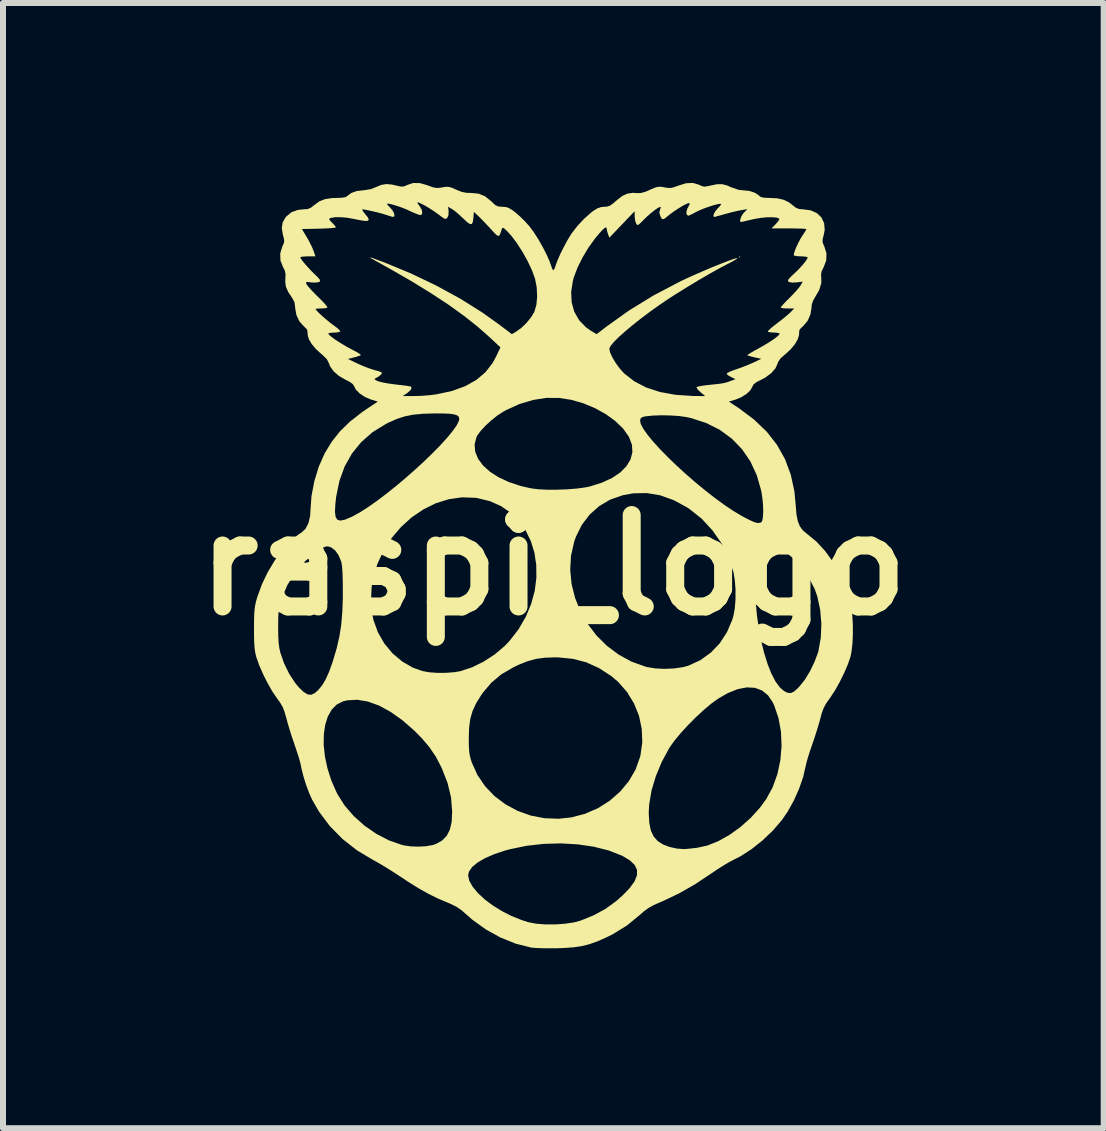
<source format=kicad_pcb>
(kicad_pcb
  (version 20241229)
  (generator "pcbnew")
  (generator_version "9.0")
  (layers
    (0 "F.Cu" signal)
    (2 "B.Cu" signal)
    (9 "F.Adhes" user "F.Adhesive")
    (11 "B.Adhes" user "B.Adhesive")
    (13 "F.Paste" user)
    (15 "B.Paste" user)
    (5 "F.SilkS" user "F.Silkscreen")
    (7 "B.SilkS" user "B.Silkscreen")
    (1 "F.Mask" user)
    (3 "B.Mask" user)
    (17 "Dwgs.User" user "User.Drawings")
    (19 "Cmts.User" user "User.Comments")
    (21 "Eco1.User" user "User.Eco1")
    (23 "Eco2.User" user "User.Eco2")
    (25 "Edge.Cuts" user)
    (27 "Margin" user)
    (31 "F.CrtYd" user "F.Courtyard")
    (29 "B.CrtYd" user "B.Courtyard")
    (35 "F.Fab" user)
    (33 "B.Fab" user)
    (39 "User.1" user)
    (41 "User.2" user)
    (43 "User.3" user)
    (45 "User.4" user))
  (footprint "raspi_logo"
    (layer "F.Cu")
    (at 6.176 6.372)
    (property "Reference" "raspi_logo" (at 0 0 0) (layer "F.SilkS") (effects (font (size 1.524 1.524) (thickness 0.3))))
    (attr board_only exclude_from_pos_files exclude_from_bom)
    (fp_poly (pts (xy 3.117 -5.137) (xy 3.106 -5.127) (xy 3.095 -5.137) (xy 3.106 -5.148)) (stroke (width 0) (type solid)) (fill yes) (layer "F.SilkS"))
    (fp_poly (pts (xy 2.428 -6.342) (xy 2.436 -6.338) (xy 2.484 -6.316) (xy 2.527 -6.31) (xy 2.584 -6.32) (xy 2.616 -6.327) (xy 2.726 -6.35) (xy 2.816 -6.351) (xy 2.9 -6.329) (xy 2.959 -6.302) (xy 3.085 -6.258) (xy 3.165 -6.249) (xy 3.271 -6.238) (xy 3.363 -6.207) (xy 3.428 -6.162) (xy 3.432 -6.157) (xy 3.463 -6.136) (xy 3.517 -6.125) (xy 3.602 -6.122) (xy 3.738 -6.115) (xy 3.844 -6.09) (xy 3.932 -6.046) (xy 3.985 -6.004) (xy 4.044 -5.958) (xy 4.098 -5.937) (xy 4.162 -5.932) (xy 4.291 -5.915) (xy 4.395 -5.868) (xy 4.471 -5.795) (xy 4.515 -5.7) (xy 4.524 -5.588) (xy 4.508 -5.503) (xy 4.491 -5.437) (xy 4.488 -5.392) (xy 4.501 -5.349) (xy 4.517 -5.315) (xy 4.554 -5.199) (xy 4.55 -5.08) (xy 4.506 -4.966) (xy 4.47 -4.891) (xy 4.463 -4.83) (xy 4.466 -4.811) (xy 4.468 -4.702) (xy 4.433 -4.587) (xy 4.377 -4.49) (xy 4.331 -4.41) (xy 4.308 -4.342) (xy 4.304 -4.287) (xy 4.286 -4.177) (xy 4.239 -4.072) (xy 4.169 -3.989) (xy 4.162 -3.983) (xy 4.122 -3.945) (xy 4.101 -3.915) (xy 4.101 -3.912) (xy 4.098 -3.873) (xy 4.095 -3.833) (xy 4.075 -3.765) (xy 4.028 -3.684) (xy 3.96 -3.601) (xy 3.879 -3.526) (xy 3.862 -3.512) (xy 3.787 -3.446) (xy 3.747 -3.386) (xy 3.742 -3.368) (xy 3.704 -3.282) (xy 3.631 -3.199) (xy 3.531 -3.125) (xy 3.464 -3.09) (xy 3.384 -3.049) (xy 3.338 -3.012) (xy 3.321 -2.98) (xy 3.287 -2.918) (xy 3.222 -2.855) (xy 3.135 -2.8) (xy 3.044 -2.762) (xy 2.927 -2.726) (xy 3.102 -2.61) (xy 3.349 -2.425) (xy 3.558 -2.224) (xy 3.729 -2.005) (xy 3.862 -1.768) (xy 3.958 -1.51) (xy 4.019 -1.231) (xy 4.041 -0.996) (xy 4.053 -0.849) (xy 4.075 -0.736) (xy 4.109 -0.649) (xy 4.159 -0.58) (xy 4.23 -0.52) (xy 4.242 -0.511) (xy 4.389 -0.39) (xy 4.532 -0.234) (xy 4.664 -0.052) (xy 4.78 0.149) (xy 4.877 0.361) (xy 4.944 0.561) (xy 4.968 0.681) (xy 4.984 0.827) (xy 4.993 0.989) (xy 4.994 1.153) (xy 4.987 1.309) (xy 4.971 1.444) (xy 4.955 1.525) (xy 4.912 1.651) (xy 4.85 1.796) (xy 4.776 1.946) (xy 4.697 2.088) (xy 4.619 2.206) (xy 4.605 2.226) (xy 4.547 2.308) (xy 4.506 2.385) (xy 4.474 2.472) (xy 4.453 2.552) (xy 4.426 2.65) (xy 4.389 2.771) (xy 4.348 2.899) (xy 4.314 2.996) (xy 4.278 3.103) (xy 4.245 3.205) (xy 4.221 3.29) (xy 4.208 3.347) (xy 4.166 3.53) (xy 4.098 3.727) (xy 4.01 3.925) (xy 3.907 4.11) (xy 3.809 4.253) (xy 3.66 4.426) (xy 3.489 4.589) (xy 3.306 4.735) (xy 3.122 4.854) (xy 3.002 4.915) (xy 2.935 4.95) (xy 2.844 5.004) (xy 2.742 5.068) (xy 2.64 5.137) (xy 2.628 5.145) (xy 2.358 5.324) (xy 2.099 5.472) (xy 1.84 5.596) (xy 1.792 5.616) (xy 1.675 5.668) (xy 1.585 5.718) (xy 1.507 5.775) (xy 1.447 5.828) (xy 1.228 6.008) (xy 0.988 6.156) (xy 0.882 6.208) (xy 0.736 6.273) (xy 0.604 6.32) (xy 0.475 6.352) (xy 0.336 6.373) (xy 0.175 6.384) (xy 0.064 6.388) (xy -0.061 6.389) (xy -0.18 6.388) (xy -0.282 6.384) (xy -0.358 6.378) (xy -0.378 6.375) (xy -0.63 6.311) (xy -0.882 6.209) (xy -1.125 6.075) (xy -1.35 5.913) (xy -1.45 5.825) (xy -1.538 5.749) (xy -1.624 5.692) (xy -1.727 5.642) (xy -1.773 5.623) (xy -1.935 5.554) (xy -2.09 5.477) (xy -2.248 5.388) (xy -2.421 5.28) (xy -2.551 5.194) (xy -2.584 5.172) (xy -1.421 5.172) (xy -1.401 5.264) (xy -1.345 5.363) (xy -1.259 5.467) (xy -1.146 5.572) (xy -1.012 5.673) (xy -0.861 5.767) (xy -0.699 5.85) (xy -0.529 5.918) (xy -0.413 5.955) (xy -0.283 5.979) (xy -0.127 5.991) (xy 0.04 5.991) (xy 0.205 5.978) (xy 0.354 5.955) (xy 0.456 5.927) (xy 0.678 5.836) (xy 0.872 5.73) (xy 1.048 5.602) (xy 1.153 5.509) (xy 1.274 5.384) (xy 1.354 5.273) (xy 1.394 5.172) (xy 1.395 5.082) (xy 1.356 4.999) (xy 1.276 4.923) (xy 1.157 4.851) (xy 1.138 4.842) (xy 0.92 4.757) (xy 0.673 4.695) (xy 0.406 4.656) (xy 0.125 4.64) (xy -0.161 4.648) (xy -0.446 4.68) (xy -0.722 4.737) (xy -0.802 4.758) (xy -0.985 4.819) (xy -1.14 4.887) (xy -1.264 4.959) (xy -1.354 5.034) (xy -1.407 5.111) (xy -1.421 5.172) (xy -2.584 5.172) (xy -2.664 5.12) (xy -2.783 5.045) (xy -2.896 4.977) (xy -2.99 4.924) (xy -3.008 4.915) (xy -3.275 4.755) (xy -3.517 4.565) (xy -3.729 4.349) (xy -3.908 4.109) (xy -4.023 3.909) (xy -4.072 3.799) (xy -4.121 3.668) (xy -4.164 3.532) (xy -4.196 3.408) (xy -4.208 3.347) (xy -4.221 3.29) (xy -4.245 3.204) (xy -4.278 3.103) (xy -4.313 2.999) (xy -3.829 2.999) (xy -3.809 3.187) (xy -3.768 3.382) (xy -3.705 3.582) (xy -3.619 3.78) (xy -3.599 3.82) (xy -3.481 4.007) (xy -3.329 4.183) (xy -3.15 4.343) (xy -2.952 4.48) (xy -2.743 4.589) (xy -2.531 4.663) (xy -2.493 4.673) (xy -2.378 4.69) (xy -2.249 4.694) (xy -2.123 4.687) (xy -2.013 4.668) (xy -1.961 4.651) (xy -1.855 4.593) (xy -1.778 4.514) (xy -1.725 4.41) (xy -1.695 4.278) (xy -1.687 4.111) (xy -1.687 4.11) (xy -1.706 3.872) (xy -1.764 3.632) (xy -1.861 3.384) (xy -1.867 3.372) (xy -1.959 3.195) (xy -2.066 3.037) (xy -2.196 2.883) (xy -2.198 2.881) (xy -1.41 2.881) (xy -1.409 3.003) (xy -1.404 3.095) (xy -1.394 3.169) (xy -1.377 3.237) (xy -1.36 3.29) (xy -1.266 3.499) (xy -1.139 3.686) (xy -0.982 3.85) (xy -0.801 3.987) (xy -0.599 4.096) (xy -0.38 4.175) (xy -0.15 4.22) (xy 0.088 4.229) (xy 0.298 4.207) (xy 0.53 4.146) (xy 0.571 4.128) (xy 1.59 4.128) (xy 1.599 4.293) (xy 1.625 4.423) (xy 1.672 4.524) (xy 1.741 4.602) (xy 1.829 4.658) (xy 1.937 4.699) (xy 2.059 4.726) (xy 2.175 4.735) (xy 2.216 4.733) (xy 2.274 4.727) (xy 2.352 4.718) (xy 2.393 4.714) (xy 2.567 4.676) (xy 2.75 4.603) (xy 2.936 4.499) (xy 3.117 4.369) (xy 3.288 4.217) (xy 3.442 4.048) (xy 3.55 3.9) (xy 3.657 3.704) (xy 3.735 3.486) (xy 3.785 3.253) (xy 3.805 3.015) (xy 3.795 2.778) (xy 3.754 2.551) (xy 3.683 2.342) (xy 3.657 2.286) (xy 3.578 2.17) (xy 3.478 2.09) (xy 3.36 2.046) (xy 3.224 2.039) (xy 3.074 2.068) (xy 2.909 2.134) (xy 2.746 2.228) (xy 2.633 2.31) (xy 2.506 2.417) (xy 2.373 2.54) (xy 2.242 2.672) (xy 2.121 2.804) (xy 2.018 2.929) (xy 1.94 3.038) (xy 1.933 3.049) (xy 1.807 3.282) (xy 1.708 3.521) (xy 1.637 3.759) (xy 1.598 3.988) (xy 1.59 4.128) (xy 0.571 4.128) (xy 0.746 4.052) (xy 0.942 3.927) (xy 1.114 3.776) (xy 1.258 3.603) (xy 1.37 3.41) (xy 1.445 3.201) (xy 1.452 3.175) (xy 1.483 2.953) (xy 1.474 2.731) (xy 1.428 2.513) (xy 1.345 2.307) (xy 1.229 2.116) (xy 1.081 1.948) (xy 0.969 1.852) (xy 0.761 1.717) (xy 0.549 1.621) (xy 0.326 1.563) (xy 0.083 1.539) (xy 0.032 1.538) (xy -0.14 1.544) (xy -0.289 1.564) (xy -0.431 1.603) (xy -0.581 1.663) (xy -0.668 1.705) (xy -0.868 1.822) (xy -1.035 1.962) (xy -1.178 2.131) (xy -1.205 2.171) (xy -1.289 2.307) (xy -1.347 2.433) (xy -1.385 2.563) (xy -1.404 2.709) (xy -1.41 2.881) (xy -2.198 2.881) (xy -2.314 2.763) (xy -2.516 2.587) (xy -2.715 2.446) (xy -2.908 2.341) (xy -3.095 2.274) (xy -3.272 2.245) (xy -3.439 2.255) (xy -3.505 2.271) (xy -3.61 2.324) (xy -3.695 2.409) (xy -3.76 2.524) (xy -3.804 2.663) (xy -3.827 2.823) (xy -3.829 2.999) (xy -4.313 2.999) (xy -4.314 2.996) (xy -4.355 2.876) (xy -4.396 2.748) (xy -4.431 2.629) (xy -4.452 2.551) (xy -4.482 2.446) (xy -4.513 2.366) (xy -4.556 2.292) (xy -4.605 2.224) (xy -4.682 2.112) (xy -4.761 1.974) (xy -4.837 1.824) (xy -4.902 1.676) (xy -4.949 1.544) (xy -4.955 1.525) (xy -4.971 1.456) (xy -4.982 1.377) (xy -4.988 1.281) (xy -4.991 1.158) (xy -4.991 1.049) (xy -4.991 1.027) (xy -4.588 1.027) (xy -4.587 1.174) (xy -4.581 1.288) (xy -4.569 1.381) (xy -4.552 1.461) (xy -4.551 1.462) (xy -4.489 1.639) (xy -4.405 1.811) (xy -4.306 1.963) (xy -4.245 2.037) (xy -4.164 2.115) (xy -4.097 2.156) (xy -4.037 2.162) (xy -3.976 2.133) (xy -3.918 2.081) (xy -3.854 2.003) (xy -3.796 1.905) (xy -3.74 1.781) (xy -3.684 1.624) (xy -3.671 1.584) (xy -3.611 1.382) (xy -3.567 1.189) (xy -3.537 0.995) (xy -3.519 0.787) (xy -3.51 0.554) (xy -3.51 0.522) (xy -3.037 0.522) (xy -3.033 0.676) (xy -3.019 0.819) (xy -3.001 0.911) (xy -2.926 1.118) (xy -2.819 1.306) (xy -2.683 1.47) (xy -2.522 1.606) (xy -2.342 1.71) (xy -2.181 1.767) (xy -2.07 1.787) (xy -1.933 1.797) (xy -1.787 1.796) (xy -1.647 1.785) (xy -1.548 1.768) (xy -1.357 1.705) (xy -1.163 1.61) (xy -0.977 1.489) (xy -0.811 1.348) (xy -0.733 1.267) (xy -0.579 1.068) (xy -0.458 0.859) (xy -0.369 0.644) (xy -0.31 0.427) (xy -0.283 0.211) (xy -0.284 0.079) (xy 0.281 0.079) (xy 0.304 0.315) (xy 0.362 0.547) (xy 0.452 0.77) (xy 0.572 0.98) (xy 0.719 1.173) (xy 0.892 1.345) (xy 1.087 1.491) (xy 1.302 1.609) (xy 1.536 1.693) (xy 1.558 1.699) (xy 1.696 1.722) (xy 1.852 1.73) (xy 2.012 1.723) (xy 2.159 1.702) (xy 2.252 1.677) (xy 2.451 1.585) (xy 2.626 1.459) (xy 2.775 1.303) (xy 2.895 1.118) (xy 2.984 0.91) (xy 3.002 0.847) (xy 3.025 0.723) (xy 3.037 0.573) (xy 3.037 0.44) (xy 3.366 0.44) (xy 3.376 0.643) (xy 3.396 0.852) (xy 3.427 1.063) (xy 3.466 1.269) (xy 3.515 1.465) (xy 3.571 1.646) (xy 3.634 1.806) (xy 3.703 1.939) (xy 3.778 2.041) (xy 3.847 2.1) (xy 3.906 2.129) (xy 3.957 2.134) (xy 4.008 2.112) (xy 4.069 2.059) (xy 4.106 2.02) (xy 4.195 1.908) (xy 4.28 1.768) (xy 4.354 1.615) (xy 4.41 1.465) (xy 4.42 1.43) (xy 4.459 1.211) (xy 4.469 0.979) (xy 4.449 0.745) (xy 4.401 0.523) (xy 4.358 0.4) (xy 4.262 0.214) (xy 4.134 0.034) (xy 3.981 -0.129) (xy 3.813 -0.263) (xy 3.812 -0.264) (xy 3.71 -0.32) (xy 3.625 -0.339) (xy 3.554 -0.321) (xy 3.509 -0.284) (xy 3.453 -0.196) (xy 3.411 -0.074) (xy 3.383 0.076) (xy 3.368 0.249) (xy 3.366 0.44) (xy 3.037 0.44) (xy 3.038 0.412) (xy 3.026 0.257) (xy 3.004 0.122) (xy 3.003 0.119) (xy 2.922 -0.128) (xy 2.804 -0.363) (xy 2.652 -0.58) (xy 2.473 -0.774) (xy 2.269 -0.936) (xy 2.234 -0.96) (xy 2.01 -1.082) (xy 1.784 -1.163) (xy 1.558 -1.201) (xy 1.332 -1.197) (xy 1.157 -1.165) (xy 0.948 -1.092) (xy 0.764 -0.983) (xy 0.606 -0.843) (xy 0.476 -0.673) (xy 0.377 -0.474) (xy 0.348 -0.392) (xy 0.295 -0.158) (xy 0.281 0.079) (xy -0.284 0.079) (xy -0.285 -0.001) (xy -0.315 -0.204) (xy -0.374 -0.397) (xy -0.46 -0.574) (xy -0.571 -0.733) (xy -0.709 -0.871) (xy -0.871 -0.983) (xy -1.057 -1.066) (xy -1.266 -1.117) (xy -1.301 -1.122) (xy -1.524 -1.13) (xy -1.746 -1.098) (xy -1.962 -1.03) (xy -2.168 -0.928) (xy -2.362 -0.796) (xy -2.539 -0.636) (xy -2.696 -0.452) (xy -2.828 -0.247) (xy -2.933 -0.022) (xy -3.006 0.217) (xy -3.012 0.244) (xy -3.03 0.372) (xy -3.037 0.522) (xy -3.51 0.522) (xy -3.51 0.455) (xy -3.511 0.268) (xy -3.516 0.12) (xy -3.524 0.013) (xy -3.535 -0.053) (xy -3.535 -0.055) (xy -3.582 -0.166) (xy -3.642 -0.25) (xy -3.712 -0.299) (xy -3.727 -0.304) (xy -3.765 -0.312) (xy -3.8 -0.308) (xy -3.843 -0.289) (xy -3.904 -0.25) (xy -3.945 -0.223) (xy -4.138 -0.066) (xy -4.302 0.121) (xy -4.435 0.333) (xy -4.531 0.561) (xy -4.554 0.636) (xy -4.57 0.702) (xy -4.58 0.772) (xy -4.586 0.855) (xy -4.588 0.965) (xy -4.588 1.027) (xy -4.991 1.027) (xy -4.99 0.916) (xy -4.987 0.815) (xy -4.981 0.735) (xy -4.971 0.667) (xy -4.956 0.6) (xy -4.934 0.524) (xy -4.932 0.52) (xy -4.858 0.317) (xy -4.762 0.118) (xy -4.649 -0.071) (xy -4.525 -0.242) (xy -4.393 -0.388) (xy -4.26 -0.503) (xy -4.198 -0.544) (xy -4.131 -0.606) (xy -4.083 -0.701) (xy -4.055 -0.821) (xy -4.051 -0.89) (xy -3.641 -0.89) (xy -3.631 -0.806) (xy -3.602 -0.757) (xy -3.552 -0.742) (xy -3.475 -0.757) (xy -3.37 -0.802) (xy -3.341 -0.816) (xy -3.219 -0.883) (xy -3.082 -0.971) (xy -2.934 -1.076) (xy -2.777 -1.195) (xy -2.616 -1.324) (xy -2.455 -1.46) (xy -2.296 -1.6) (xy -2.144 -1.74) (xy -2.003 -1.877) (xy -1.875 -2.008) (xy -1.874 -2.01) (xy -1.313 -2.01) (xy -1.303 -1.89) (xy -1.255 -1.773) (xy -1.173 -1.662) (xy -1.058 -1.558) (xy -0.914 -1.465) (xy -0.742 -1.385) (xy -0.545 -1.319) (xy -0.374 -1.28) (xy -0.256 -1.265) (xy -0.107 -1.257) (xy 0.058 -1.257) (xy 0.227 -1.263) (xy 0.389 -1.276) (xy 0.53 -1.295) (xy 0.609 -1.311) (xy 0.808 -1.374) (xy 0.978 -1.452) (xy 1.115 -1.544) (xy 1.218 -1.648) (xy 1.287 -1.762) (xy 1.318 -1.882) (xy 1.31 -2.008) (xy 1.261 -2.136) (xy 1.26 -2.139) (xy 1.165 -2.274) (xy 1.035 -2.4) (xy 1.017 -2.414) (xy 1.446 -2.414) (xy 1.457 -2.354) (xy 1.499 -2.274) (xy 1.569 -2.175) (xy 1.662 -2.061) (xy 1.776 -1.936) (xy 1.907 -1.802) (xy 2.051 -1.663) (xy 2.205 -1.522) (xy 2.366 -1.382) (xy 2.53 -1.247) (xy 2.692 -1.12) (xy 2.851 -1.004) (xy 3.002 -0.903) (xy 3.143 -0.819) (xy 3.196 -0.79) (xy 3.288 -0.744) (xy 3.352 -0.716) (xy 3.397 -0.703) (xy 3.433 -0.703) (xy 3.465 -0.712) (xy 3.483 -0.74) (xy 3.494 -0.801) (xy 3.499 -0.887) (xy 3.497 -0.99) (xy 3.487 -1.101) (xy 3.471 -1.212) (xy 3.465 -1.244) (xy 3.392 -1.498) (xy 3.286 -1.727) (xy 3.147 -1.931) (xy 2.977 -2.107) (xy 2.779 -2.253) (xy 2.554 -2.367) (xy 2.304 -2.449) (xy 2.208 -2.47) (xy 2.093 -2.486) (xy 1.951 -2.495) (xy 1.802 -2.498) (xy 1.66 -2.493) (xy 1.548 -2.482) (xy 1.488 -2.47) (xy 1.458 -2.451) (xy 1.447 -2.418) (xy 1.446 -2.414) (xy 1.017 -2.414) (xy 0.876 -2.516) (xy 0.696 -2.616) (xy 0.5 -2.698) (xy 0.297 -2.756) (xy 0.098 -2.787) (xy -0.116 -2.788) (xy -0.34 -2.753) (xy -0.566 -2.685) (xy -0.785 -2.586) (xy -0.837 -2.557) (xy -0.936 -2.492) (xy -1.036 -2.412) (xy -1.131 -2.325) (xy -1.211 -2.239) (xy -1.267 -2.163) (xy -1.283 -2.131) (xy -1.313 -2.01) (xy -1.874 -2.01) (xy -1.765 -2.13) (xy -1.676 -2.239) (xy -1.611 -2.331) (xy -1.575 -2.404) (xy -1.569 -2.438) (xy -1.576 -2.471) (xy -1.601 -2.495) (xy -1.649 -2.512) (xy -1.724 -2.523) (xy -1.832 -2.528) (xy -1.977 -2.529) (xy -1.982 -2.529) (xy -2.174 -2.523) (xy -2.336 -2.508) (xy -2.478 -2.48) (xy -2.612 -2.436) (xy -2.749 -2.375) (xy -2.794 -2.352) (xy -3.015 -2.216) (xy -3.202 -2.052) (xy -3.357 -1.862) (xy -3.479 -1.646) (xy -3.567 -1.403) (xy -3.622 -1.135) (xy -3.635 -1.013) (xy -3.641 -0.89) (xy -4.051 -0.89) (xy -4.05 -0.909) (xy -4.033 -1.148) (xy -3.986 -1.396) (xy -3.913 -1.637) (xy -3.816 -1.856) (xy -3.813 -1.863) (xy -3.695 -2.057) (xy -3.556 -2.232) (xy -3.389 -2.394) (xy -3.188 -2.551) (xy -3.102 -2.61) (xy -2.927 -2.726) (xy -3.044 -2.762) (xy -3.142 -2.804) (xy -3.227 -2.86) (xy -3.291 -2.923) (xy -3.321 -2.98) (xy -3.343 -3.017) (xy -3.393 -3.054) (xy -3.464 -3.09) (xy -3.575 -3.154) (xy -3.664 -3.232) (xy -3.724 -3.316) (xy -3.742 -3.366) (xy -3.775 -3.431) (xy -3.85 -3.505) (xy -3.866 -3.518) (xy -3.956 -3.6) (xy -4.029 -3.686) (xy -4.077 -3.768) (xy -4.095 -3.832) (xy -4.099 -3.884) (xy -4.101 -3.912) (xy -4.118 -3.941) (xy -4.156 -3.978) (xy -4.162 -3.983) (xy -4.234 -4.064) (xy -4.284 -4.169) (xy -4.304 -4.283) (xy -4.304 -4.29) (xy -4.316 -4.383) (xy -4.355 -4.455) (xy -4.42 -4.553) (xy -4.458 -4.638) (xy -4.47 -4.72) (xy -4.468 -4.776) (xy -4.465 -4.853) (xy -4.478 -4.913) (xy -4.507 -4.968) (xy -4.55 -5.078) (xy -4.552 -5.132) (xy -4.219 -5.132) (xy -4.205 -5.103) (xy -4.167 -5.052) (xy -4.112 -4.988) (xy -4.048 -4.918) (xy -3.98 -4.85) (xy -3.975 -4.846) (xy -3.92 -4.791) (xy -3.893 -4.757) (xy -3.89 -4.735) (xy -3.901 -4.723) (xy -3.942 -4.712) (xy -4.007 -4.711) (xy -4.035 -4.714) (xy -4.095 -4.72) (xy -4.122 -4.717) (xy -4.123 -4.701) (xy -4.112 -4.677) (xy -4.086 -4.643) (xy -4.037 -4.588) (xy -3.973 -4.521) (xy -3.919 -4.468) (xy -3.853 -4.402) (xy -3.802 -4.347) (xy -3.772 -4.308) (xy -3.767 -4.293) (xy -3.795 -4.285) (xy -3.849 -4.28) (xy -3.873 -4.279) (xy -3.929 -4.277) (xy -3.961 -4.271) (xy -3.965 -4.268) (xy -3.949 -4.246) (xy -3.909 -4.204) (xy -3.851 -4.151) (xy -3.784 -4.093) (xy -3.716 -4.037) (xy -3.654 -3.991) (xy -3.653 -3.99) (xy -3.597 -3.948) (xy -3.562 -3.913) (xy -3.553 -3.895) (xy -3.579 -3.884) (xy -3.632 -3.877) (xy -3.659 -3.877) (xy -3.715 -3.873) (xy -3.749 -3.864) (xy -3.753 -3.859) (xy -3.735 -3.835) (xy -3.688 -3.797) (xy -3.62 -3.748) (xy -3.536 -3.695) (xy -3.447 -3.642) (xy -3.358 -3.595) (xy -3.353 -3.592) (xy -3.283 -3.555) (xy -3.233 -3.524) (xy -3.21 -3.505) (xy -3.21 -3.501) (xy -3.236 -3.489) (xy -3.289 -3.472) (xy -3.323 -3.463) (xy -3.424 -3.437) (xy -3.271 -3.363) (xy -3.174 -3.32) (xy -3.068 -3.279) (xy -2.979 -3.251) (xy -2.906 -3.231) (xy -2.868 -3.216) (xy -2.858 -3.201) (xy -2.869 -3.182) (xy -2.875 -3.175) (xy -2.92 -3.139) (xy -2.952 -3.123) (xy -2.98 -3.106) (xy -2.969 -3.087) (xy -2.924 -3.066) (xy -2.848 -3.046) (xy -2.745 -3.027) (xy -2.619 -3.01) (xy -2.6 -3.008) (xy -2.51 -2.998) (xy -2.435 -2.988) (xy -2.385 -2.979) (xy -2.372 -2.975) (xy -2.364 -2.95) (xy -2.387 -2.911) (xy -2.438 -2.867) (xy -2.45 -2.859) (xy -2.512 -2.818) (xy -2.322 -2.818) (xy -2.204 -2.822) (xy -2.072 -2.832) (xy -1.951 -2.847) (xy -1.94 -2.849) (xy -1.687 -2.904) (xy -1.468 -2.984) (xy -1.283 -3.088) (xy -1.131 -3.217) (xy -1.012 -3.371) (xy -0.96 -3.467) (xy -0.882 -3.63) (xy -1.061 -3.798) (xy -1.263 -3.976) (xy -1.49 -4.156) (xy -1.747 -4.341) (xy -2.036 -4.531) (xy -2.359 -4.73) (xy -2.719 -4.937) (xy -2.905 -5.041) (xy -2.986 -5.086) (xy -3.038 -5.115) (xy -3.058 -5.13) (xy -3.044 -5.129) (xy -2.996 -5.113) (xy -2.911 -5.081) (xy -2.809 -5.043) (xy -2.374 -4.863) (xy -1.952 -4.661) (xy -1.551 -4.442) (xy -1.179 -4.208) (xy -0.927 -4.028) (xy -0.692 -3.851) (xy -0.627 -3.888) (xy -0.536 -3.953) (xy -0.446 -4.04) (xy -0.368 -4.136) (xy -0.316 -4.224) (xy -0.283 -4.34) (xy -0.27 -4.479) (xy -0.274 -4.558) (xy 0.297 -4.558) (xy 0.305 -4.383) (xy 0.349 -4.224) (xy 0.429 -4.084) (xy 0.543 -3.966) (xy 0.631 -3.904) (xy 0.722 -3.851) (xy 0.886 -3.977) (xy 1.263 -4.246) (xy 1.672 -4.497) (xy 2.107 -4.725) (xy 2.149 -4.746) (xy 2.263 -4.799) (xy 2.387 -4.854) (xy 2.517 -4.91) (xy 2.645 -4.965) (xy 2.767 -5.014) (xy 2.876 -5.057) (xy 2.966 -5.09) (xy 3.031 -5.112) (xy 3.065 -5.12) (xy 3.068 -5.119) (xy 3.056 -5.105) (xy 3.013 -5.078) (xy 2.95 -5.043) (xy 2.93 -5.033) (xy 2.78 -4.955) (xy 2.606 -4.858) (xy 2.419 -4.749) (xy 2.227 -4.633) (xy 2.042 -4.518) (xy 1.916 -4.437) (xy 1.757 -4.329) (xy 1.601 -4.217) (xy 1.452 -4.105) (xy 1.315 -3.996) (xy 1.193 -3.893) (xy 1.089 -3.8) (xy 1.009 -3.72) (xy 0.956 -3.656) (xy 0.933 -3.612) (xy 0.933 -3.607) (xy 0.947 -3.544) (xy 0.985 -3.461) (xy 1.04 -3.369) (xy 1.107 -3.278) (xy 1.178 -3.199) (xy 1.183 -3.194) (xy 1.35 -3.064) (xy 1.549 -2.961) (xy 1.778 -2.886) (xy 2.038 -2.839) (xy 2.326 -2.82) (xy 2.332 -2.82) (xy 2.533 -2.818) (xy 2.452 -2.884) (xy 2.408 -2.927) (xy 2.388 -2.959) (xy 2.39 -2.969) (xy 2.418 -2.978) (xy 2.478 -2.99) (xy 2.561 -3.001) (xy 2.621 -3.007) (xy 2.725 -3.018) (xy 2.799 -3.027) (xy 2.857 -3.038) (xy 2.909 -3.053) (xy 2.969 -3.075) (xy 2.976 -3.077) (xy 3.037 -3.1) (xy 2.967 -3.134) (xy 2.919 -3.161) (xy 2.891 -3.186) (xy 2.89 -3.189) (xy 2.905 -3.206) (xy 2.952 -3.229) (xy 3.021 -3.255) (xy 3.037 -3.26) (xy 3.139 -3.296) (xy 3.248 -3.339) (xy 3.329 -3.374) (xy 3.467 -3.439) (xy 3.355 -3.464) (xy 3.291 -3.48) (xy 3.246 -3.493) (xy 3.234 -3.498) (xy 3.247 -3.511) (xy 3.291 -3.539) (xy 3.356 -3.577) (xy 3.399 -3.6) (xy 3.504 -3.659) (xy 3.601 -3.718) (xy 3.682 -3.772) (xy 3.741 -3.818) (xy 3.771 -3.85) (xy 3.774 -3.857) (xy 3.755 -3.869) (xy 3.707 -3.876) (xy 3.68 -3.877) (xy 3.621 -3.88) (xy 3.582 -3.889) (xy 3.575 -3.893) (xy 3.587 -3.912) (xy 3.626 -3.949) (xy 3.686 -3.998) (xy 3.729 -4.031) (xy 3.809 -4.092) (xy 3.883 -4.152) (xy 3.939 -4.201) (xy 3.955 -4.216) (xy 4.015 -4.279) (xy 3.909 -4.279) (xy 3.845 -4.281) (xy 3.802 -4.287) (xy 3.791 -4.29) (xy 3.8 -4.309) (xy 3.835 -4.35) (xy 3.888 -4.406) (xy 3.931 -4.448) (xy 4 -4.519) (xy 4.062 -4.586) (xy 4.107 -4.641) (xy 4.12 -4.66) (xy 4.159 -4.726) (xy 4.057 -4.714) (xy 3.985 -4.71) (xy 3.933 -4.719) (xy 3.922 -4.724) (xy 3.911 -4.74) (xy 3.92 -4.764) (xy 3.954 -4.802) (xy 4.012 -4.857) (xy 4.088 -4.93) (xy 4.155 -5.003) (xy 4.206 -5.066) (xy 4.236 -5.114) (xy 4.24 -5.131) (xy 4.221 -5.14) (xy 4.172 -5.146) (xy 4.124 -5.148) (xy 4.06 -5.151) (xy 4.018 -5.16) (xy 4.007 -5.169) (xy 4.017 -5.215) (xy 4.043 -5.285) (xy 4.08 -5.365) (xy 4.121 -5.443) (xy 4.152 -5.493) (xy 4.189 -5.548) (xy 4.213 -5.588) (xy 4.219 -5.602) (xy 4.199 -5.606) (xy 4.145 -5.61) (xy 4.063 -5.612) (xy 3.962 -5.614) (xy 3.929 -5.614) (xy 3.638 -5.614) (xy 3.71 -5.688) (xy 3.749 -5.733) (xy 3.768 -5.767) (xy 3.767 -5.776) (xy 3.727 -5.793) (xy 3.656 -5.8) (xy 3.563 -5.799) (xy 3.458 -5.789) (xy 3.351 -5.771) (xy 3.322 -5.764) (xy 3.238 -5.745) (xy 3.172 -5.729) (xy 3.132 -5.721) (xy 3.126 -5.72) (xy 3.113 -5.736) (xy 3.119 -5.774) (xy 3.139 -5.822) (xy 3.169 -5.867) (xy 3.175 -5.873) (xy 3.233 -5.934) (xy 3.138 -5.919) (xy 3.071 -5.906) (xy 2.981 -5.885) (xy 2.886 -5.86) (xy 2.867 -5.855) (xy 2.787 -5.832) (xy 2.723 -5.815) (xy 2.687 -5.805) (xy 2.682 -5.805) (xy 2.668 -5.819) (xy 2.676 -5.855) (xy 2.701 -5.901) (xy 2.735 -5.942) (xy 2.775 -5.984) (xy 2.797 -6.014) (xy 2.799 -6.019) (xy 2.781 -6.024) (xy 2.733 -6.016) (xy 2.664 -5.998) (xy 2.584 -5.972) (xy 2.503 -5.943) (xy 2.429 -5.912) (xy 2.38 -5.888) (xy 2.318 -5.855) (xy 2.27 -5.832) (xy 2.25 -5.826) (xy 2.224 -5.842) (xy 2.218 -5.885) (xy 2.233 -5.941) (xy 2.246 -5.966) (xy 2.271 -6.015) (xy 2.268 -6.036) (xy 2.261 -6.038) (xy 2.226 -6.026) (xy 2.167 -5.996) (xy 2.095 -5.953) (xy 2.02 -5.904) (xy 1.952 -5.855) (xy 1.916 -5.826) (xy 1.861 -5.781) (xy 1.826 -5.766) (xy 1.803 -5.781) (xy 1.782 -5.824) (xy 1.767 -5.883) (xy 1.78 -5.93) (xy 1.791 -5.963) (xy 1.785 -5.974) (xy 1.751 -5.96) (xy 1.697 -5.924) (xy 1.63 -5.871) (xy 1.559 -5.809) (xy 1.499 -5.75) (xy 1.447 -5.698) (xy 1.416 -5.673) (xy 1.398 -5.671) (xy 1.384 -5.689) (xy 1.38 -5.695) (xy 1.364 -5.745) (xy 1.356 -5.811) (xy 1.356 -5.819) (xy 1.355 -5.9) (xy 0.934 -5.459) (xy 0.912 -5.516) (xy 0.896 -5.57) (xy 0.89 -5.606) (xy 0.883 -5.63) (xy 0.861 -5.625) (xy 0.82 -5.59) (xy 0.759 -5.523) (xy 0.695 -5.445) (xy 0.587 -5.296) (xy 0.488 -5.131) (xy 0.404 -4.962) (xy 0.343 -4.803) (xy 0.327 -4.746) (xy 0.297 -4.558) (xy -0.274 -4.558) (xy -0.277 -4.627) (xy -0.304 -4.769) (xy -0.306 -4.777) (xy -0.356 -4.914) (xy -0.427 -5.065) (xy -0.513 -5.22) (xy -0.607 -5.367) (xy -0.702 -5.493) (xy -0.773 -5.57) (xy -0.817 -5.611) (xy -0.842 -5.625) (xy -0.855 -5.615) (xy -0.86 -5.601) (xy -0.882 -5.534) (xy -0.9 -5.496) (xy -0.922 -5.488) (xy -0.955 -5.51) (xy -1.006 -5.563) (xy -1.045 -5.606) (xy -1.114 -5.68) (xy -1.182 -5.751) (xy -1.238 -5.807) (xy -1.251 -5.82) (xy -1.325 -5.889) (xy -1.332 -5.8) (xy -1.341 -5.726) (xy -1.358 -5.688) (xy -1.387 -5.685) (xy -1.434 -5.715) (xy -1.502 -5.779) (xy -1.503 -5.779) (xy -1.57 -5.842) (xy -1.635 -5.898) (xy -1.686 -5.934) (xy -1.691 -5.937) (xy -1.757 -5.975) (xy -1.746 -5.906) (xy -1.749 -5.835) (xy -1.766 -5.796) (xy -1.783 -5.776) (xy -1.803 -5.772) (xy -1.833 -5.786) (xy -1.883 -5.822) (xy -1.921 -5.851) (xy -1.987 -5.898) (xy -2.061 -5.946) (xy -2.134 -5.99) (xy -2.199 -6.024) (xy -2.246 -6.046) (xy -2.268 -6.048) (xy -2.269 -6.047) (xy -2.257 -6.023) (xy -2.228 -5.982) (xy -2.226 -5.98) (xy -2.192 -5.92) (xy -2.185 -5.868) (xy -2.205 -5.836) (xy -2.233 -5.839) (xy -2.287 -5.858) (xy -2.359 -5.888) (xy -2.38 -5.898) (xy -2.46 -5.935) (xy -2.548 -5.969) (xy -2.633 -5.997) (xy -2.706 -6.018) (xy -2.757 -6.027) (xy -2.775 -6.025) (xy -2.766 -6.008) (xy -2.734 -5.973) (xy -2.717 -5.956) (xy -2.678 -5.909) (xy -2.654 -5.861) (xy -2.649 -5.822) (xy -2.666 -5.805) (xy -2.669 -5.805) (xy -2.698 -5.811) (xy -2.752 -5.828) (xy -2.78 -5.837) (xy -2.841 -5.856) (xy -2.922 -5.878) (xy -3.01 -5.899) (xy -3.093 -5.917) (xy -3.157 -5.929) (xy -3.184 -5.932) (xy -3.184 -5.918) (xy -3.161 -5.882) (xy -3.139 -5.855) (xy -3.094 -5.799) (xy -3.077 -5.761) (xy -3.091 -5.741) (xy -3.138 -5.738) (xy -3.221 -5.75) (xy -3.318 -5.77) (xy -3.434 -5.791) (xy -3.546 -5.801) (xy -3.643 -5.8) (xy -3.712 -5.788) (xy -3.716 -5.787) (xy -3.737 -5.774) (xy -3.732 -5.755) (xy -3.7 -5.719) (xy -3.69 -5.71) (xy -3.65 -5.668) (xy -3.627 -5.637) (xy -3.626 -5.632) (xy -3.645 -5.625) (xy -3.7 -5.619) (xy -3.781 -5.614) (xy -3.882 -5.61) (xy -3.909 -5.609) (xy -4.193 -5.603) (xy -4.112 -5.47) (xy -4.066 -5.387) (xy -4.025 -5.304) (xy -3.999 -5.242) (xy -3.967 -5.148) (xy -4.093 -5.148) (xy -4.16 -5.145) (xy -4.206 -5.139) (xy -4.219 -5.132) (xy -4.552 -5.132) (xy -4.554 -5.196) (xy -4.519 -5.311) (xy -4.517 -5.315) (xy -4.494 -5.367) (xy -4.487 -5.409) (xy -4.496 -5.46) (xy -4.508 -5.5) (xy -4.528 -5.616) (xy -4.513 -5.715) (xy -4.46 -5.805) (xy -4.458 -5.807) (xy -4.368 -5.883) (xy -4.256 -5.923) (xy -4.164 -5.932) (xy -4.095 -5.937) (xy -4.042 -5.959) (xy -3.985 -6.004) (xy -3.903 -6.064) (xy -3.81 -6.101) (xy -3.694 -6.119) (xy -3.602 -6.122) (xy -3.515 -6.126) (xy -3.462 -6.137) (xy -3.432 -6.157) (xy -3.37 -6.204) (xy -3.28 -6.236) (xy -3.175 -6.249) (xy -3.165 -6.249) (xy -3.041 -6.269) (xy -2.959 -6.302) (xy -2.87 -6.339) (xy -2.786 -6.353) (xy -2.691 -6.345) (xy -2.616 -6.327) (xy -2.548 -6.312) (xy -2.501 -6.312) (xy -2.458 -6.327) (xy -2.436 -6.338) (xy -2.337 -6.371) (xy -2.224 -6.369) (xy -2.093 -6.331) (xy -2.081 -6.326) (xy -2.006 -6.299) (xy -1.949 -6.288) (xy -1.891 -6.291) (xy -1.852 -6.298) (xy -1.79 -6.308) (xy -1.741 -6.306) (xy -1.687 -6.29) (xy -1.621 -6.26) (xy -1.529 -6.223) (xy -1.448 -6.207) (xy -1.374 -6.205) (xy -1.25 -6.194) (xy -1.14 -6.15) (xy -1.036 -6.067) (xy -1.019 -6.05) (xy -0.967 -6.002) (xy -0.919 -5.98) (xy -0.856 -5.974) (xy -0.849 -5.974) (xy -0.791 -5.97) (xy -0.741 -5.953) (xy -0.684 -5.919) (xy -0.631 -5.879) (xy -0.557 -5.814) (xy -0.474 -5.732) (xy -0.399 -5.649) (xy -0.392 -5.64) (xy -0.324 -5.548) (xy -0.25 -5.432) (xy -0.177 -5.303) (xy -0.112 -5.176) (xy -0.061 -5.061) (xy -0.04 -4.999) (xy -0.021 -4.947) (xy -0.004 -4.917) (xy 0 -4.915) (xy 0.014 -4.933) (xy 0.033 -4.979) (xy 0.041 -5.005) (xy 0.071 -5.084) (xy 0.116 -5.187) (xy 0.172 -5.299) (xy 0.23 -5.408) (xy 0.286 -5.501) (xy 0.304 -5.529) (xy 0.403 -5.657) (xy 0.52 -5.781) (xy 0.638 -5.885) (xy 0.659 -5.901) (xy 0.734 -5.948) (xy 0.799 -5.97) (xy 0.848 -5.974) (xy 0.9 -5.978) (xy 0.945 -5.994) (xy 0.994 -6.028) (xy 1.053 -6.079) (xy 1.146 -6.153) (xy 1.233 -6.194) (xy 1.326 -6.207) (xy 1.394 -6.202) (xy 1.46 -6.204) (xy 1.539 -6.226) (xy 1.609 -6.257) (xy 1.684 -6.29) (xy 1.738 -6.306) (xy 1.786 -6.309) (xy 1.844 -6.3) (xy 1.851 -6.298) (xy 1.918 -6.288) (xy 1.972 -6.29) (xy 2.035 -6.309) (xy 2.081 -6.326) (xy 2.214 -6.367) (xy 2.328 -6.372)) (stroke (width 0) (type solid)) (fill yes) (layer "F.SilkS")))
  (gr_rect
    (start -3 -3)
    (end 15.352 15.761)
    (stroke (width 0.1) (type default))
    (fill no)
    (layer "Edge.Cuts")))
</source>
